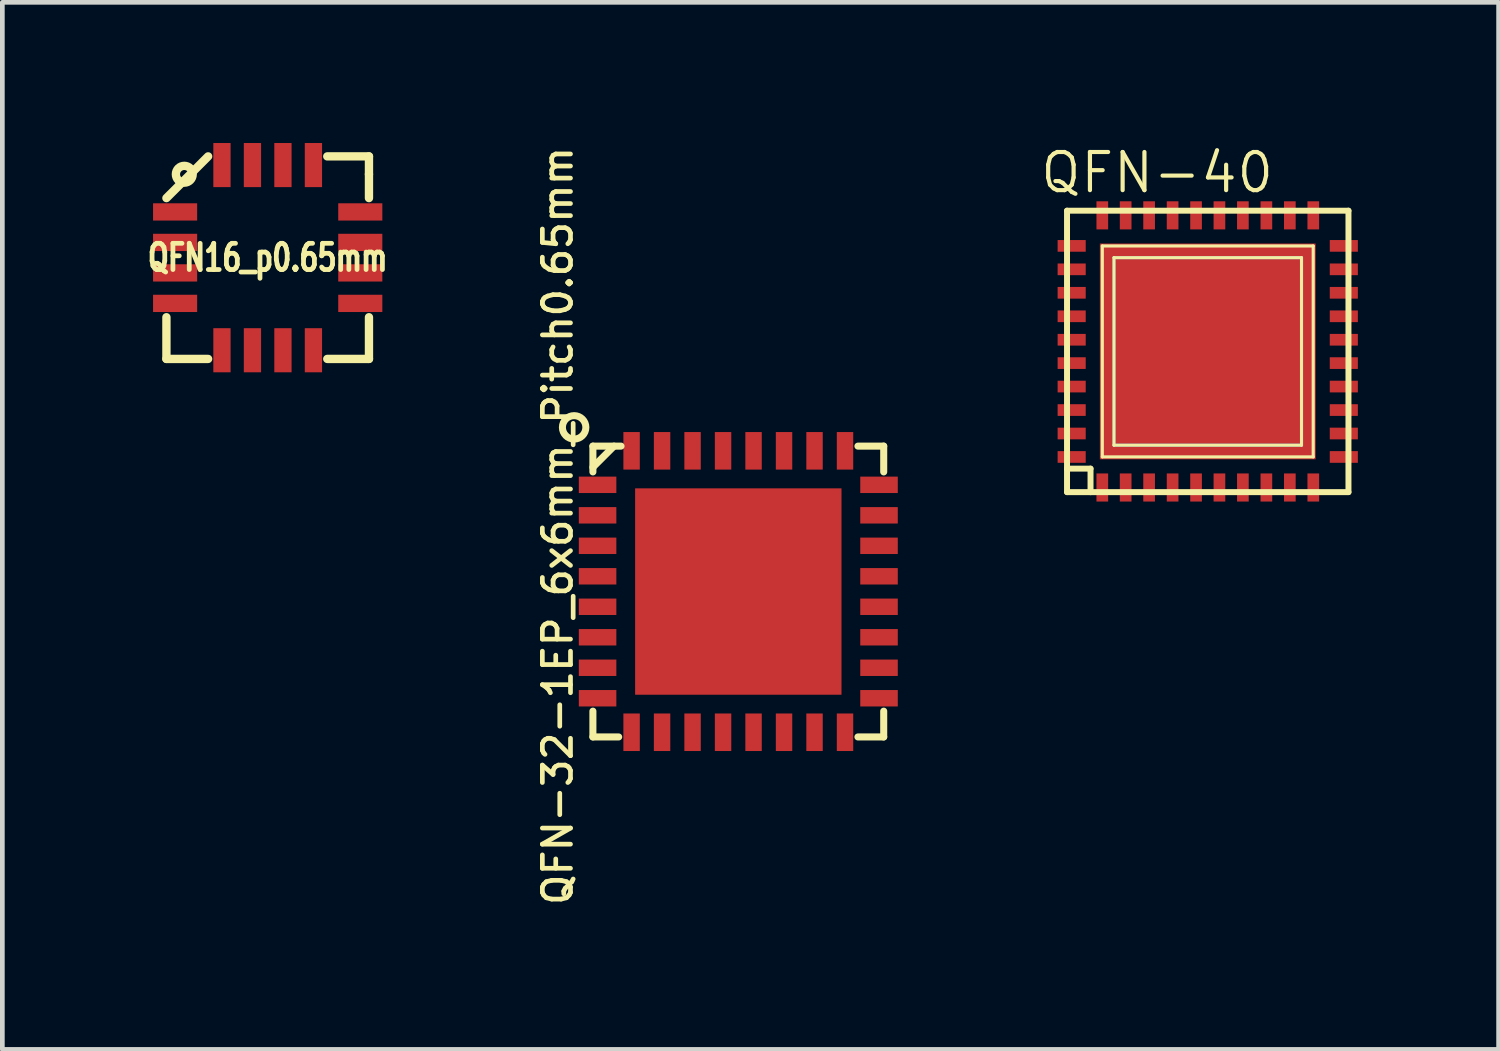
<source format=kicad_pcb>
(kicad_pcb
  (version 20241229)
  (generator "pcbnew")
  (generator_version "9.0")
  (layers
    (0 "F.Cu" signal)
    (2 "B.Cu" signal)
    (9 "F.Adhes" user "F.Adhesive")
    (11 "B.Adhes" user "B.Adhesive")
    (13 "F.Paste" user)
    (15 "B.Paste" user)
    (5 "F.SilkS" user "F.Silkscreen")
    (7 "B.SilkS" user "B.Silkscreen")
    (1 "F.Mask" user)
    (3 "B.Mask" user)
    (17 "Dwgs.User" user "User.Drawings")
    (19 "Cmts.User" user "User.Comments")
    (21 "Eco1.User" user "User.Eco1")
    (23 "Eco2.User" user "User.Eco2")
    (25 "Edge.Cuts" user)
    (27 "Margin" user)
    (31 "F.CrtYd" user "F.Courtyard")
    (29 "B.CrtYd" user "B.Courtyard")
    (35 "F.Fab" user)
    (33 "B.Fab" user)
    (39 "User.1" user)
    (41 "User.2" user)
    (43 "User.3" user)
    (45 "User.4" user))
  (footprint "QFN16_p0.65mm"
    (layer "F.Cu")
    (at 2.657 2.443)
    (property "Reference" "QFN16_p0.65mm" (at 0 0 0) (layer "F.SilkS") (effects (font (size 0.559 0.406) (thickness 0.102))))
    (attr through_hole)
    (fp_line (start -2.159 2.159) (end -2.159 1.27) (stroke (width 0.178) (type solid)) (layer "F.SilkS"))
    (fp_line (start -1.27 -2.159) (end -2.159 -1.27) (stroke (width 0.178) (type solid)) (layer "F.SilkS"))
    (fp_line (start -1.27 2.159) (end -2.159 2.159) (stroke (width 0.178) (type solid)) (layer "F.SilkS"))
    (fp_line (start 1.27 -2.159) (end 2.159 -2.159) (stroke (width 0.178) (type solid)) (layer "F.SilkS"))
    (fp_line (start 1.27 2.159) (end 2.159 2.159) (stroke (width 0.178) (type solid)) (layer "F.SilkS"))
    (fp_line (start 2.159 -2.159) (end 2.159 -1.778) (stroke (width 0.178) (type solid)) (layer "F.SilkS"))
    (fp_line (start 2.159 -1.27) (end 2.159 -1.778) (stroke (width 0.178) (type solid)) (layer "F.SilkS"))
    (fp_line (start 2.159 2.159) (end 2.159 1.27) (stroke (width 0.178) (type solid)) (layer "F.SilkS"))
    (fp_circle (center -1.778 -1.778) (end -1.905 -1.905) (stroke (width 0.178) (type solid)) (fill no) (layer "F.SilkS"))
    (pad "1" smd rect (at -1.974 -0.975 270) (size 0.368 0.94) (layers "F.Cu" "F.Mask" "F.Paste"))
    (pad "2" smd rect (at -1.974 -0.325 270) (size 0.368 0.94) (layers "F.Cu" "F.Mask" "F.Paste"))
    (pad "3" smd rect (at -1.974 0.325 270) (size 0.368 0.94) (layers "F.Cu" "F.Mask" "F.Paste"))
    (pad "4" smd rect (at -1.974 0.975 270) (size 0.368 0.94) (layers "F.Cu" "F.Mask" "F.Paste"))
    (pad "5" smd rect (at -0.975 1.974) (size 0.368 0.94) (layers "F.Cu" "F.Mask" "F.Paste"))
    (pad "6" smd rect (at -0.325 1.974) (size 0.368 0.94) (layers "F.Cu" "F.Mask" "F.Paste"))
    (pad "7" smd rect (at 0.325 1.974) (size 0.368 0.94) (layers "F.Cu" "F.Mask" "F.Paste"))
    (pad "8" smd rect (at 0.975 1.974) (size 0.368 0.94) (layers "F.Cu" "F.Mask" "F.Paste"))
    (pad "9" smd rect (at 1.974 0.975 270) (size 0.368 0.94) (layers "F.Cu" "F.Mask" "F.Paste"))
    (pad "10" smd rect (at 1.974 0.325 270) (size 0.368 0.94) (layers "F.Cu" "F.Mask" "F.Paste"))
    (pad "11" smd rect (at 1.974 -0.325 270) (size 0.368 0.94) (layers "F.Cu" "F.Mask" "F.Paste"))
    (pad "12" smd rect (at 1.974 -0.975 270) (size 0.368 0.94) (layers "F.Cu" "F.Mask" "F.Paste"))
    (pad "13" smd rect (at 0.975 -1.974) (size 0.368 0.94) (layers "F.Cu" "F.Mask" "F.Paste"))
    (pad "14" smd rect (at 0.325 -1.974) (size 0.368 0.94) (layers "F.Cu" "F.Mask" "F.Paste"))
    (pad "15" smd rect (at -0.325 -1.974) (size 0.368 0.94) (layers "F.Cu" "F.Mask" "F.Paste"))
    (pad "16" smd rect (at -0.975 -1.974) (size 0.368 0.94) (layers "F.Cu" "F.Mask" "F.Paste")))
  (footprint "QFN-32-1EP_6x6mm_Pitch0.65mm"
    (layer "F.Cu")
    (at 12.69 9.561)
    (property "Reference" "QFN-32-1EP_6x6mm_Pitch0.65mm" (at -3.85 -1.4 90) (layer "F.SilkS") (effects (font (size 0.6 0.6) (thickness 0.1))))
    (attr smd)
    (fp_line (start -3.1 -3.1) (end -3.1 -2.55) (stroke (width 0.15) (type solid)) (layer "F.SilkS"))
    (fp_line (start -3.1 -2.65) (end -2.65 -3.1) (stroke (width 0.15) (type solid)) (layer "F.SilkS"))
    (fp_line (start -3.1 3.1) (end -3.1 2.55) (stroke (width 0.15) (type solid)) (layer "F.SilkS"))
    (fp_line (start -2.55 3.1) (end -3.1 3.1) (stroke (width 0.15) (type solid)) (layer "F.SilkS"))
    (fp_line (start -2.5 -3.1) (end -3.1 -3.1) (stroke (width 0.15) (type solid)) (layer "F.SilkS"))
    (fp_line (start 2.55 -3.1) (end 3.1 -3.1) (stroke (width 0.15) (type solid)) (layer "F.SilkS"))
    (fp_line (start 3.1 -3.1) (end 3.1 -2.55) (stroke (width 0.15) (type solid)) (layer "F.SilkS"))
    (fp_line (start 3.1 2.55) (end 3.1 3.1) (stroke (width 0.15) (type solid)) (layer "F.SilkS"))
    (fp_line (start 3.1 3.1) (end 2.55 3.1) (stroke (width 0.15) (type solid)) (layer "F.SilkS"))
    (fp_circle (center -3.5 -3.5) (end -3.25 -3.5) (stroke (width 0.15) (type solid)) (fill no) (layer "F.SilkS"))
    (pad "1" smd rect (at -3 -2.275) (size 0.8 0.35) (layers "F.Cu" "F.Mask" "F.Paste"))
    (pad "2" smd rect (at -3 -1.625) (size 0.8 0.35) (layers "F.Cu" "F.Mask" "F.Paste"))
    (pad "3" smd rect (at -3 -0.975) (size 0.8 0.35) (layers "F.Cu" "F.Mask" "F.Paste"))
    (pad "4" smd rect (at -3 -0.325) (size 0.8 0.35) (layers "F.Cu" "F.Mask" "F.Paste"))
    (pad "5" smd rect (at -3 0.325) (size 0.8 0.35) (layers "F.Cu" "F.Mask" "F.Paste"))
    (pad "6" smd rect (at -3 0.975) (size 0.8 0.35) (layers "F.Cu" "F.Mask" "F.Paste"))
    (pad "7" smd rect (at -3 1.625) (size 0.8 0.35) (layers "F.Cu" "F.Mask" "F.Paste"))
    (pad "8" smd rect (at -3 2.275) (size 0.8 0.35) (layers "F.Cu" "F.Mask" "F.Paste"))
    (pad "9" smd rect (at -2.275 3 90) (size 0.8 0.35) (layers "F.Cu" "F.Mask" "F.Paste"))
    (pad "10" smd rect (at -1.625 3 90) (size 0.8 0.35) (layers "F.Cu" "F.Mask" "F.Paste"))
    (pad "11" smd rect (at -0.975 3 90) (size 0.8 0.35) (layers "F.Cu" "F.Mask" "F.Paste"))
    (pad "12" smd rect (at -0.325 3 90) (size 0.8 0.35) (layers "F.Cu" "F.Mask" "F.Paste"))
    (pad "13" smd rect (at 0.325 3 90) (size 0.8 0.35) (layers "F.Cu" "F.Mask" "F.Paste"))
    (pad "14" smd rect (at 0.975 3 90) (size 0.8 0.35) (layers "F.Cu" "F.Mask" "F.Paste"))
    (pad "15" smd rect (at 1.625 3 90) (size 0.8 0.35) (layers "F.Cu" "F.Mask" "F.Paste"))
    (pad "16" smd rect (at 2.275 3 90) (size 0.8 0.35) (layers "F.Cu" "F.Mask" "F.Paste"))
    (pad "17" smd rect (at 3 2.275) (size 0.8 0.35) (layers "F.Cu" "F.Mask" "F.Paste"))
    (pad "18" smd rect (at 3 1.625) (size 0.8 0.35) (layers "F.Cu" "F.Mask" "F.Paste"))
    (pad "19" smd rect (at 3 0.975) (size 0.8 0.35) (layers "F.Cu" "F.Mask" "F.Paste"))
    (pad "20" smd rect (at 3 0.325) (size 0.8 0.35) (layers "F.Cu" "F.Mask" "F.Paste"))
    (pad "21" smd rect (at 3 -0.325) (size 0.8 0.35) (layers "F.Cu" "F.Mask" "F.Paste"))
    (pad "22" smd rect (at 3 -0.975) (size 0.8 0.35) (layers "F.Cu" "F.Mask" "F.Paste"))
    (pad "23" smd rect (at 3 -1.625) (size 0.8 0.35) (layers "F.Cu" "F.Mask" "F.Paste"))
    (pad "24" smd rect (at 3 -2.275) (size 0.8 0.35) (layers "F.Cu" "F.Mask" "F.Paste"))
    (pad "25" smd rect (at 2.275 -3 90) (size 0.8 0.35) (layers "F.Cu" "F.Mask" "F.Paste"))
    (pad "26" smd rect (at 1.625 -3 90) (size 0.8 0.35) (layers "F.Cu" "F.Mask" "F.Paste"))
    (pad "27" smd rect (at 0.975 -3 90) (size 0.8 0.35) (layers "F.Cu" "F.Mask" "F.Paste"))
    (pad "28" smd rect (at 0.325 -3 90) (size 0.8 0.35) (layers "F.Cu" "F.Mask" "F.Paste"))
    (pad "29" smd rect (at -0.325 -3 90) (size 0.8 0.35) (layers "F.Cu" "F.Mask" "F.Paste"))
    (pad "30" smd rect (at -0.975 -3 90) (size 0.8 0.35) (layers "F.Cu" "F.Mask" "F.Paste"))
    (pad "31" smd rect (at -1.625 -3 90) (size 0.8 0.35) (layers "F.Cu" "F.Mask" "F.Paste"))
    (pad "32" smd rect (at -2.275 -3 90) (size 0.8 0.35) (layers "F.Cu" "F.Mask" "F.Paste"))
    (pad "33" smd rect (at -0.9 -0.9) (size 1.3 1.3) (layers "F.Cu" "F.Paste"))
    (pad "33" smd rect (at -0.9 0.9) (size 1.3 1.3) (layers "F.Cu" "F.Paste"))
    (pad "33" smd rect (at 0 0) (size 4.4 4.4) (layers "F.Cu" "F.Mask"))
    (pad "33" smd rect (at 0.9 -0.9) (size 1.3 1.3) (layers "F.Cu" "F.Paste"))
    (pad "33" smd rect (at 0.9 0.9) (size 1.3 1.3) (layers "F.Cu" "F.Paste")))
  (footprint "QFN-40"
    (layer "F.Cu")
    (at 22.698 4.442)
    (property "Reference" "QFN-40" (at -1.079 -3.81 0) (layer "F.SilkS") (effects (font (size 0.813 0.813) (thickness 0.089))))
    (attr smd)
    (fp_line (start -1.999 -1.999) (end 1.999 -1.999) (stroke (width 0.066) (type solid)) (layer "B.Cu"))
    (fp_line (start -1.999 1.999) (end -1.999 -1.999) (stroke (width 0.066) (type solid)) (layer "B.Cu"))
    (fp_line (start -1.999 1.999) (end 1.999 1.999) (stroke (width 0.066) (type solid)) (layer "B.Cu"))
    (fp_line (start 1.999 1.999) (end 1.999 -1.999) (stroke (width 0.066) (type solid)) (layer "B.Cu"))
    (fp_line (start -3 -3) (end 3 -3) (stroke (width 0.127) (type solid)) (layer "F.SilkS"))
    (fp_line (start -3 2.499) (end -3 -3) (stroke (width 0.127) (type solid)) (layer "F.SilkS"))
    (fp_line (start -3 2.499) (end -2.499 2.499) (stroke (width 0.127) (type solid)) (layer "F.SilkS"))
    (fp_line (start -3 3) (end -3 2.499) (stroke (width 0.127) (type solid)) (layer "F.SilkS"))
    (fp_line (start -2.499 2.499) (end -2.499 3) (stroke (width 0.127) (type solid)) (layer "F.SilkS"))
    (fp_line (start -2.499 3) (end -3 3) (stroke (width 0.127) (type solid)) (layer "F.SilkS"))
    (fp_line (start -2.248 -2.248) (end 2.248 -2.248) (stroke (width 0.066) (type solid)) (layer "F.SilkS"))
    (fp_line (start -2.248 2.248) (end -2.248 -2.248) (stroke (width 0.066) (type solid)) (layer "F.SilkS"))
    (fp_line (start -2.248 2.248) (end 2.248 2.248) (stroke (width 0.066) (type solid)) (layer "F.SilkS"))
    (fp_line (start -1.999 -1.999) (end 1.999 -1.999) (stroke (width 0.066) (type solid)) (layer "F.SilkS"))
    (fp_line (start -1.999 1.999) (end -1.999 -1.999) (stroke (width 0.066) (type solid)) (layer "F.SilkS"))
    (fp_line (start -1.999 1.999) (end 1.999 1.999) (stroke (width 0.066) (type solid)) (layer "F.SilkS"))
    (fp_line (start 1.999 1.999) (end 1.999 -1.999) (stroke (width 0.066) (type solid)) (layer "F.SilkS"))
    (fp_line (start 2.248 2.248) (end 2.248 -2.248) (stroke (width 0.066) (type solid)) (layer "F.SilkS"))
    (fp_line (start 3 -3) (end 3 3) (stroke (width 0.127) (type solid)) (layer "F.SilkS"))
    (fp_line (start 3 3) (end -2.499 3) (stroke (width 0.127) (type solid)) (layer "F.SilkS"))
    (pad "1" smd rect (at -2.248 2.901) (size 0.249 0.599) (layers "F.Cu" "F.Mask" "F.Paste"))
    (pad "2" smd rect (at -1.75 2.901) (size 0.249 0.599) (layers "F.Cu" "F.Mask" "F.Paste"))
    (pad "3" smd rect (at -1.25 2.901) (size 0.249 0.599) (layers "F.Cu" "F.Mask" "F.Paste"))
    (pad "4" smd rect (at -0.749 2.901) (size 0.249 0.599) (layers "F.Cu" "F.Mask" "F.Paste"))
    (pad "5" smd rect (at -0.249 2.901) (size 0.249 0.599) (layers "F.Cu" "F.Mask" "F.Paste"))
    (pad "6" smd rect (at 0.249 2.901) (size 0.249 0.599) (layers "F.Cu" "F.Mask" "F.Paste"))
    (pad "7" smd rect (at 0.749 2.901) (size 0.249 0.599) (layers "F.Cu" "F.Mask" "F.Paste"))
    (pad "8" smd rect (at 1.25 2.901) (size 0.249 0.599) (layers "F.Cu" "F.Mask" "F.Paste"))
    (pad "9" smd rect (at 1.75 2.901) (size 0.249 0.599) (layers "F.Cu" "F.Mask" "F.Paste"))
    (pad "10" smd rect (at 2.25 2.901) (size 0.249 0.599) (layers "F.Cu" "F.Mask" "F.Paste"))
    (pad "11" smd rect (at 2.901 2.25) (size 0.599 0.249) (layers "F.Cu" "F.Mask" "F.Paste"))
    (pad "12" smd rect (at 2.901 1.75) (size 0.599 0.249) (layers "F.Cu" "F.Mask" "F.Paste"))
    (pad "13" smd rect (at 2.901 1.25) (size 0.599 0.249) (layers "F.Cu" "F.Mask" "F.Paste"))
    (pad "14" smd rect (at 2.901 0.749) (size 0.599 0.249) (layers "F.Cu" "F.Mask" "F.Paste"))
    (pad "15" smd rect (at 2.901 0.249) (size 0.599 0.249) (layers "F.Cu" "F.Mask" "F.Paste"))
    (pad "16" smd rect (at 2.901 -0.249) (size 0.599 0.249) (layers "F.Cu" "F.Mask" "F.Paste"))
    (pad "17" smd rect (at 2.901 -0.749) (size 0.599 0.249) (layers "F.Cu" "F.Mask" "F.Paste"))
    (pad "18" smd rect (at 2.901 -1.25) (size 0.599 0.249) (layers "F.Cu" "F.Mask" "F.Paste"))
    (pad "19" smd rect (at 2.901 -1.75) (size 0.599 0.249) (layers "F.Cu" "F.Mask" "F.Paste"))
    (pad "20" smd rect (at 2.901 -2.25) (size 0.599 0.249) (layers "F.Cu" "F.Mask" "F.Paste"))
    (pad "21" smd rect (at 2.25 -2.901) (size 0.249 0.599) (layers "F.Cu" "F.Mask" "F.Paste"))
    (pad "22" smd rect (at 1.75 -2.901) (size 0.249 0.599) (layers "F.Cu" "F.Mask" "F.Paste"))
    (pad "23" smd rect (at 1.25 -2.901) (size 0.249 0.599) (layers "F.Cu" "F.Mask" "F.Paste"))
    (pad "24" smd rect (at 0.749 -2.901) (size 0.249 0.599) (layers "F.Cu" "F.Mask" "F.Paste"))
    (pad "25" smd rect (at 0.249 -2.901) (size 0.249 0.599) (layers "F.Cu" "F.Mask" "F.Paste"))
    (pad "26" smd rect (at -0.249 -2.901) (size 0.249 0.599) (layers "F.Cu" "F.Mask" "F.Paste"))
    (pad "27" smd rect (at -0.749 -2.901) (size 0.249 0.599) (layers "F.Cu" "F.Mask" "F.Paste"))
    (pad "28" smd rect (at -1.25 -2.901) (size 0.249 0.599) (layers "F.Cu" "F.Mask" "F.Paste"))
    (pad "29" smd rect (at -1.75 -2.901) (size 0.249 0.599) (layers "F.Cu" "F.Mask" "F.Paste"))
    (pad "30" smd rect (at -2.248 -2.901) (size 0.249 0.599) (layers "F.Cu" "F.Mask" "F.Paste"))
    (pad "31" smd rect (at -2.901 -2.25) (size 0.599 0.249) (layers "F.Cu" "F.Mask" "F.Paste"))
    (pad "32" smd rect (at -2.901 -1.75) (size 0.599 0.249) (layers "F.Cu" "F.Mask" "F.Paste"))
    (pad "33" smd rect (at -2.901 -1.25) (size 0.599 0.249) (layers "F.Cu" "F.Mask" "F.Paste"))
    (pad "34" smd rect (at -2.901 -0.749) (size 0.599 0.249) (layers "F.Cu" "F.Mask" "F.Paste"))
    (pad "35" smd rect (at -2.901 -0.249) (size 0.599 0.249) (layers "F.Cu" "F.Mask" "F.Paste"))
    (pad "36" smd rect (at -2.901 0.249) (size 0.599 0.249) (layers "F.Cu" "F.Mask" "F.Paste"))
    (pad "37" smd rect (at -2.901 0.749) (size 0.599 0.249) (layers "F.Cu" "F.Mask" "F.Paste"))
    (pad "38" smd rect (at -2.901 1.25) (size 0.599 0.249) (layers "F.Cu" "F.Mask" "F.Paste"))
    (pad "39" smd rect (at -2.901 1.75) (size 0.599 0.249) (layers "F.Cu" "F.Mask" "F.Paste"))
    (pad "40" smd rect (at -2.901 2.25) (size 0.599 0.249) (layers "F.Cu" "F.Mask" "F.Paste"))
    (pad "41" smd rect (at 0 0) (size 4.6 4.6) (layers "F.Cu" "F.Mask" "F.Paste")))
  (gr_rect
    (start -3 -3)
    (end 28.899 19.323)
    (stroke (width 0.1) (type default))
    (fill no)
    (layer "Edge.Cuts")))
</source>
